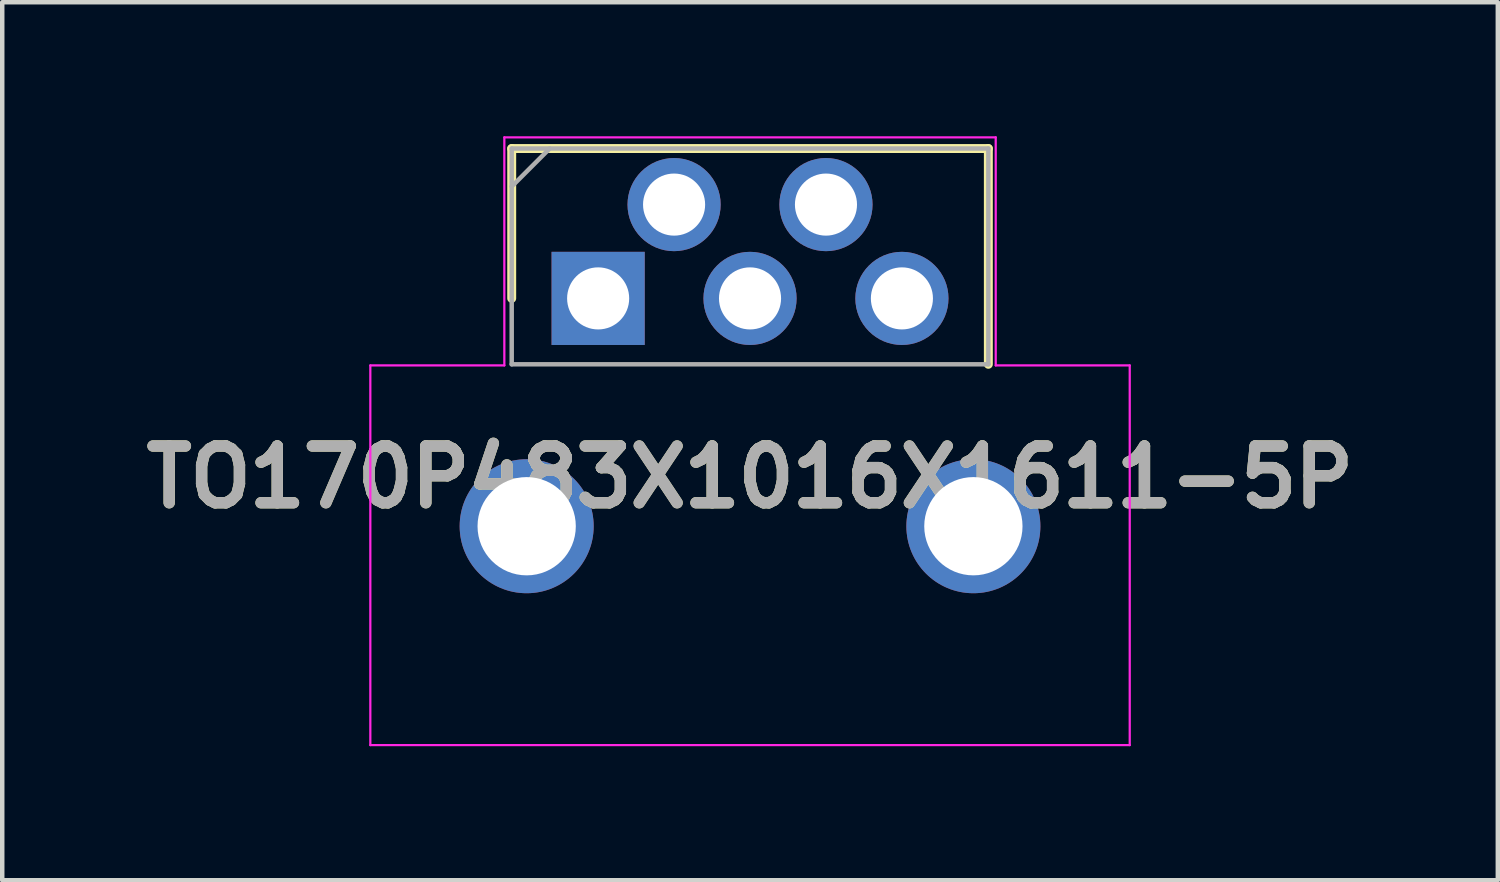
<source format=kicad_pcb>
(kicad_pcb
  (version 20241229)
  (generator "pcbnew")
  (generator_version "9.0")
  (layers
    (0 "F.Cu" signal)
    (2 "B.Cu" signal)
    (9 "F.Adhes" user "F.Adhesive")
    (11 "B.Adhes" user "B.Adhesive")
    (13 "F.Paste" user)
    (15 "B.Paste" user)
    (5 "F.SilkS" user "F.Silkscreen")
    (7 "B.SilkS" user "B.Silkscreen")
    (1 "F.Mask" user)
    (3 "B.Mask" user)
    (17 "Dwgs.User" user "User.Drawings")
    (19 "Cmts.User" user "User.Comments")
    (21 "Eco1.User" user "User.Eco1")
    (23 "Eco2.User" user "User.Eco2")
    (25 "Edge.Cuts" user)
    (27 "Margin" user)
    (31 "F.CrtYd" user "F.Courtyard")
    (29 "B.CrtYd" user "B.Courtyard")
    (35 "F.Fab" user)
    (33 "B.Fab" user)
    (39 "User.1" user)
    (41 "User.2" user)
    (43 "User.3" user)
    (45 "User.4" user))
  (footprint "TO170P483X1016X1611-5P"
    (layer "F.Cu")
    (at 13.74 3.63)
    (property "Reference" "TO170P483X1016X1611-5P" (at 0 4 0) (layer "F.SilkS") (effects (font (size 1.27 1.27) (thickness 0.254))))
    (attr through_hole)
    (fp_line (start -5.335 -3.355) (end -5.335 0) (stroke (width 0.2) (type solid)) (layer "F.SilkS"))
    (fp_line (start 5.335 -3.355) (end -5.335 -3.355) (stroke (width 0.2) (type solid)) (layer "F.SilkS"))
    (fp_line (start 5.335 1.475) (end 5.335 -3.355) (stroke (width 0.2) (type solid)) (layer "F.SilkS"))
    (fp_line (start -8.5 1.5) (end -8.5 10) (stroke (width 0.05) (type default)) (layer "F.CrtYd"))
    (fp_line (start -8.5 1.5) (end -5.5 1.5) (stroke (width 0.05) (type default)) (layer "F.CrtYd"))
    (fp_line (start -8.5 10) (end 8.5 10) (stroke (width 0.05) (type default)) (layer "F.CrtYd"))
    (fp_line (start -5.5 -3.605) (end 5.5 -3.605) (stroke (width 0.05) (type solid)) (layer "F.CrtYd"))
    (fp_line (start -5.5 1.5) (end -5.5 -3.605) (stroke (width 0.05) (type solid)) (layer "F.CrtYd"))
    (fp_line (start 5.5 -3.605) (end 5.5 1.5) (stroke (width 0.05) (type solid)) (layer "F.CrtYd"))
    (fp_line (start 8.5 1.5) (end 5.5 1.5) (stroke (width 0.05) (type default)) (layer "F.CrtYd"))
    (fp_line (start 8.5 10) (end 8.5 1.5) (stroke (width 0.05) (type default)) (layer "F.CrtYd"))
    (fp_line (start -5.335 -3.355) (end 5.335 -3.355) (stroke (width 0.1) (type solid)) (layer "F.Fab"))
    (fp_line (start -5.335 -2.505) (end -4.485 -3.355) (stroke (width 0.1) (type solid)) (layer "F.Fab"))
    (fp_line (start -5.335 1.475) (end -5.335 -3.355) (stroke (width 0.1) (type solid)) (layer "F.Fab"))
    (fp_line (start 5.335 -3.355) (end 5.335 1.475) (stroke (width 0.1) (type solid)) (layer "F.Fab"))
    (fp_line (start 5.335 1.475) (end -5.335 1.475) (stroke (width 0.1) (type solid)) (layer "F.Fab"))
    (fp_text user "${REFERENCE}" (at 0 4 0) (layer "F.Fab") (effects (font (size 1.27 1.27) (thickness 0.254))))
    (pad "" np_thru_hole circle (at -5 5.1) (size 3 3) (drill 2.2) (layers "*.Cu" "*.Mask"))
    (pad "" np_thru_hole circle (at 5 5.1) (size 3 3) (drill 2.2) (layers "*.Cu" "*.Mask"))
    (pad "1" thru_hole circle (at 3.4 0) (size 2.085 2.085) (drill 1.39) (layers "*.Cu" "*.Mask"))
    (pad "2" thru_hole circle (at 1.7 -2.1) (size 2.085 2.085) (drill 1.39) (layers "*.Cu" "*.Mask"))
    (pad "3" thru_hole circle (at 0 0) (size 2.085 2.085) (drill 1.39) (layers "*.Cu" "*.Mask"))
    (pad "4" thru_hole circle (at -1.7 -2.1) (size 2.085 2.085) (drill 1.39) (layers "*.Cu" "*.Mask"))
    (pad "5" thru_hole rect (at -3.4 0) (size 2.085 2.085) (drill 1.39) (layers "*.Cu" "*.Mask")))
  (gr_rect
    (start -3 -3)
    (end 30.48 16.655)
    (stroke (width 0.1) (type default))
    (fill no)
    (layer "Edge.Cuts")))
</source>
